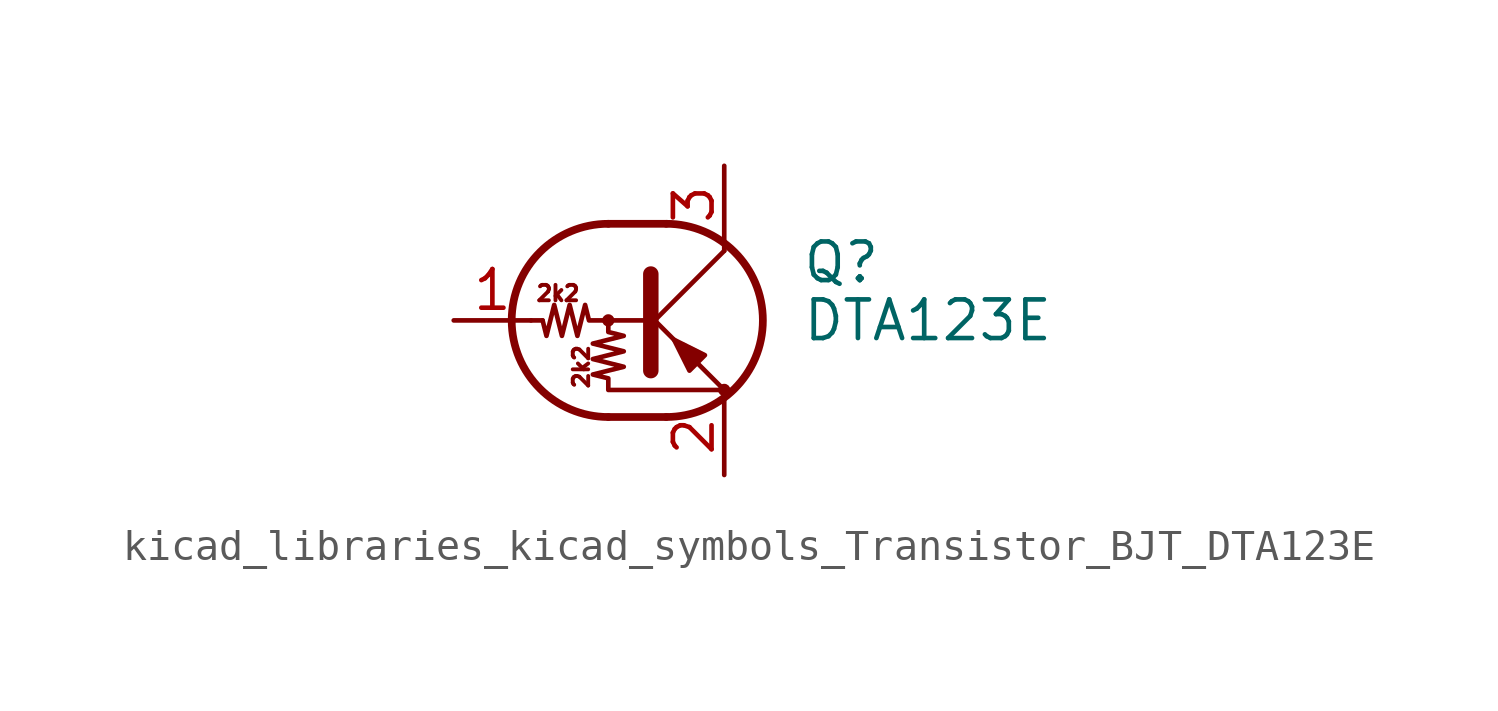
<source format=kicad_sym>
(kicad_symbol_lib
  (version 20220914)
  (generator kicad_symbol_editor)
  (symbol "kicad_libraries_kicad_symbols_Transistor_BJT_DTA123E"
    (pin_names
      (offset 0) hide)
    (property "Reference" "Q"
      (at 5.08 1.905 0)
      (effects (font (size 1.27 1.27)) (justify left)))
    (property "Value" "DTA123E"
      (at 5.08 0 0)
      (effects (font (size 1.27 1.27)) (justify left)))
    (symbol "kicad_libraries_kicad_symbols_Transistor_BJT_DTA123E_0_0"
      (text "2k2" (at -2.921 0.889 0) (effects (font (size 0.508 0.508))))
      (text "2k2" (at -2.159 -1.524 900) (effects (font (size 0.508 0.508)))))
    (symbol "kicad_libraries_kicad_symbols_Transistor_BJT_DTA123E_0_1"
      (circle (center -1.27 0) (radius 0.127) (stroke (width 0) (type default)) (fill (type none)))
      (arc (start -1.27 3.175) (mid -4.4312 0) (end -1.27 -3.175) (stroke (width 0.254) (type default)) (fill (type none)))
      (polyline (pts (xy -3.429 0) (xy -3.81 0)) (stroke (width 0) (type default)) (fill (type none)))
      (polyline (pts (xy -1.27 -3.175) (xy 0.635 -3.175)) (stroke (width 0.254) (type default)) (fill (type none)))
      (polyline (pts (xy -1.27 3.175) (xy 0.635 3.175)) (stroke (width 0.254) (type default)) (fill (type none)))
      (polyline (pts (xy 0 -0.254) (xy 2.54 2.286)) (stroke (width 0) (type default)) (fill (type none)))
      (polyline (pts (xy 0.127 1.524) (xy 0.127 -1.651)) (stroke (width 0.508) (type default)) (fill (type outline)))
      (polyline (pts (xy 2.54 2.286) (xy 2.54 2.54)) (stroke (width 0) (type default)) (fill (type none)))
      (polyline (pts (xy 2.54 -2.286) (xy 0 0.254) (xy 0 0.254)) (stroke (width 0) (type default)) (fill (type none)))
      (polyline (pts (xy 1.397 -1.651) (xy 1.905 -1.143) (xy 0.889 -0.635) (xy 1.397 -1.651)) (stroke (width 0) (type default)) (fill (type outline)))
      (polyline (pts (xy 0 0) (xy -1.905 0) (xy -2.032 0.508) (xy -2.286 -0.508) (xy -2.54 0.508) (xy -2.794 -0.508) (xy -3.048 0.508) (xy -3.302 -0.508) (xy -3.429 0)) (stroke (width 0) (type default)) (fill (type none)))
      (polyline (pts (xy -1.27 0) (xy -1.27 -0.381) (xy -0.762 -0.508) (xy -1.778 -0.762) (xy -0.762 -1.016) (xy -1.778 -1.27) (xy -0.762 -1.524) (xy -1.778 -1.778) (xy -1.27 -1.905) (xy -1.27 -2.286) (xy 2.54 -2.286)) (stroke (width 0) (type default)) (fill (type none)))
      (arc (start 0.635 -3.175) (mid 3.7962 0) (end 0.635 3.175) (stroke (width 0.254) (type default)) (fill (type none)))
      (circle (center 2.54 -2.286) (radius 0.127) (stroke (width 0) (type default)) (fill (type none))))
    (symbol "kicad_libraries_kicad_symbols_Transistor_BJT_DTA123E_1_1"
      (pin input line (at -6.35 0 0) (length 2.54) (name "B" (effects (font (size 1.27 1.27)))) (number "1" (effects (font (size 1.27 1.27)))))
      (pin passive line (at 2.54 -5.08 90) (length 2.54) (name "E" (effects (font (size 1.27 1.27)))) (number "2" (effects (font (size 1.27 1.27)))))
      (pin passive line (at 2.54 5.08 270) (length 2.54) (name "C" (effects (font (size 1.27 1.27)))) (number "3" (effects (font (size 1.27 1.27))))))))
</source>
